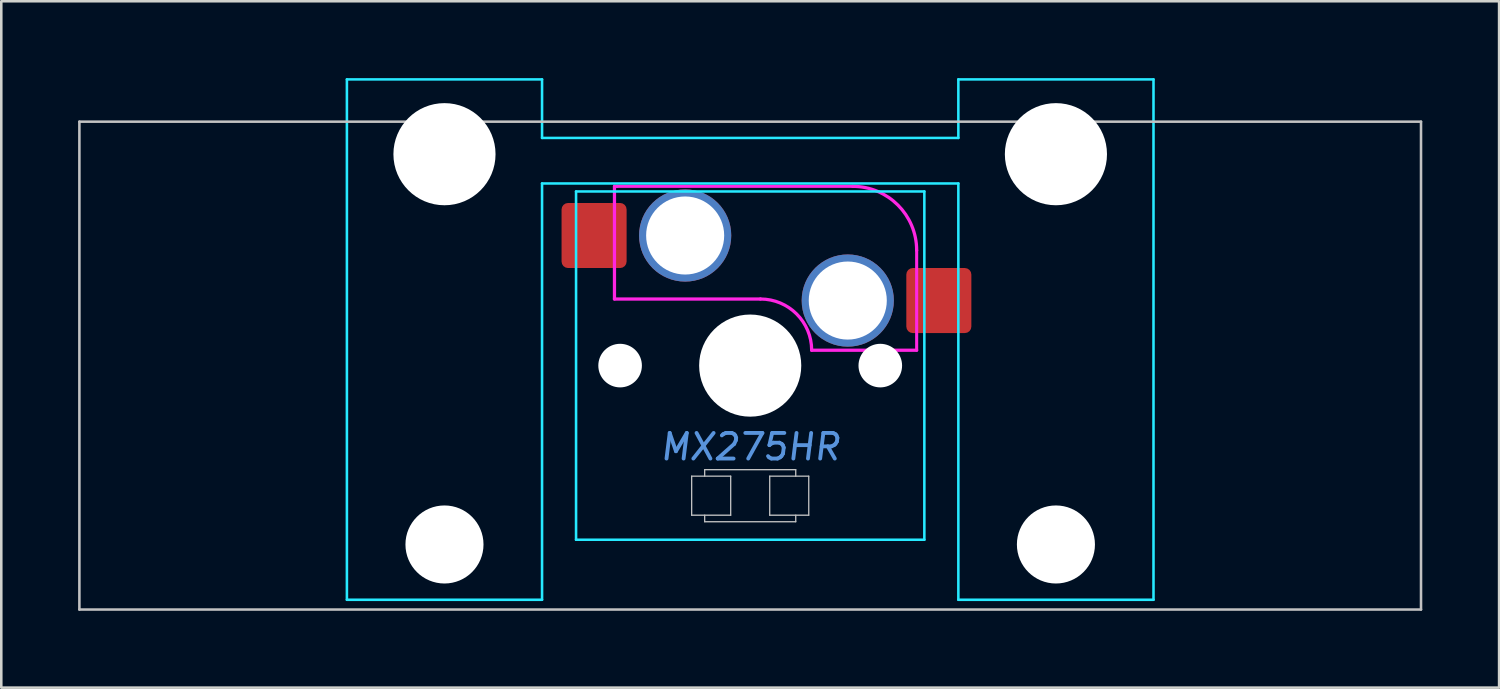
<source format=kicad_pcb>
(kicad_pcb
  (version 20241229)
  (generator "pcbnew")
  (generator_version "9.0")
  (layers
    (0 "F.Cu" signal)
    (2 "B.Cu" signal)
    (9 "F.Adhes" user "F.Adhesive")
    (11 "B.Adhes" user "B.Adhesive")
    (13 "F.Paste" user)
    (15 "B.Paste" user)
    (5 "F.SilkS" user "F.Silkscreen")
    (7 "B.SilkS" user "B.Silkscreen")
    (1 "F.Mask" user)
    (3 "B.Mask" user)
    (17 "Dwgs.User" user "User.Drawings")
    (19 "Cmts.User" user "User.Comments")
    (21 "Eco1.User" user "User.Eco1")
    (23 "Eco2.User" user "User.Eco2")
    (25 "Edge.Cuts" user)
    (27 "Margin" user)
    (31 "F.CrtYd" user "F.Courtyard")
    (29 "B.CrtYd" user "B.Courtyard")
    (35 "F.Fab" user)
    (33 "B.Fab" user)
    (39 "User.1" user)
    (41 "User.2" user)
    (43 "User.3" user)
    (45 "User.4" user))
  (footprint "MX275HR"
    (layer "F.Cu")
    (at 26.244 11.226)
    (property "Reference" "MX275HR" (at 0 3.175 0) (layer "Cmts.User") (effects (font (size 1 1) (thickness 0.15) (italic yes))))
    (attr smd)
    (fp_line (start -26.194 -9.525) (end -26.194 9.525) (stroke (width 0.1) (type solid)) (layer "Dwgs.User"))
    (fp_line (start -26.194 -9.525) (end 26.194 -9.525) (stroke (width 0.1) (type solid)) (layer "Dwgs.User"))
    (fp_line (start -26.194 9.525) (end 26.194 9.525) (stroke (width 0.1) (type solid)) (layer "Dwgs.User"))
    (fp_line (start -2.286 4.318) (end -0.762 4.318) (stroke (width 0.051) (type solid)) (layer "Dwgs.User"))
    (fp_line (start -2.286 5.842) (end -2.286 4.318) (stroke (width 0.051) (type solid)) (layer "Dwgs.User"))
    (fp_line (start -1.778 4.064) (end 1.778 4.064) (stroke (width 0.051) (type solid)) (layer "Dwgs.User"))
    (fp_line (start -1.778 4.318) (end -1.778 4.064) (stroke (width 0.051) (type solid)) (layer "Dwgs.User"))
    (fp_line (start -1.778 6.096) (end -1.778 5.842) (stroke (width 0.051) (type solid)) (layer "Dwgs.User"))
    (fp_line (start -0.762 4.318) (end -0.762 5.842) (stroke (width 0.051) (type solid)) (layer "Dwgs.User"))
    (fp_line (start -0.762 5.842) (end -2.286 5.842) (stroke (width 0.051) (type solid)) (layer "Dwgs.User"))
    (fp_line (start 0.762 4.318) (end 2.286 4.318) (stroke (width 0.051) (type solid)) (layer "Dwgs.User"))
    (fp_line (start 0.762 5.842) (end 0.762 4.318) (stroke (width 0.051) (type solid)) (layer "Dwgs.User"))
    (fp_line (start 1.778 4.064) (end 1.778 4.318) (stroke (width 0.051) (type solid)) (layer "Dwgs.User"))
    (fp_line (start 1.778 5.842) (end 1.778 6.096) (stroke (width 0.051) (type solid)) (layer "Dwgs.User"))
    (fp_line (start 1.778 6.096) (end -1.778 6.096) (stroke (width 0.051) (type solid)) (layer "Dwgs.User"))
    (fp_line (start 2.286 4.318) (end 2.286 5.842) (stroke (width 0.051) (type solid)) (layer "Dwgs.User"))
    (fp_line (start 2.286 5.842) (end 0.762 5.842) (stroke (width 0.051) (type solid)) (layer "Dwgs.User"))
    (fp_line (start 26.194 -9.525) (end 26.194 9.525) (stroke (width 0.1) (type solid)) (layer "Dwgs.User"))
    (fp_line (start -15.438 -8.515) (end -15.438 5.485) (stroke (width 0.1) (type solid)) (layer "Eco1.User"))
    (fp_line (start -14.938 -9.015) (end -8.938 -9.015) (stroke (width 0.1) (type solid)) (layer "Eco1.User"))
    (fp_line (start -8.938 5.985) (end -14.938 5.985) (stroke (width 0.1) (type solid)) (layer "Eco1.User"))
    (fp_line (start -8.438 5.485) (end -8.438 -8.515) (stroke (width 0.1) (type solid)) (layer "Eco1.User"))
    (fp_line (start -7 -6.5) (end -7 6.5) (stroke (width 0.1) (type solid)) (layer "Eco1.User"))
    (fp_line (start -6.5 7) (end 6.5 7) (stroke (width 0.1) (type solid)) (layer "Eco1.User"))
    (fp_line (start 6.5 -7) (end -6.5 -7) (stroke (width 0.1) (type solid)) (layer "Eco1.User"))
    (fp_line (start 7 6.5) (end 7 -6.5) (stroke (width 0.1) (type solid)) (layer "Eco1.User"))
    (fp_line (start 8.438 -8.515) (end 8.438 5.485) (stroke (width 0.1) (type solid)) (layer "Eco1.User"))
    (fp_line (start 8.938 -9.015) (end 14.938 -9.015) (stroke (width 0.1) (type solid)) (layer "Eco1.User"))
    (fp_line (start 14.938 5.985) (end 8.938 5.985) (stroke (width 0.1) (type solid)) (layer "Eco1.User"))
    (fp_line (start 15.438 5.485) (end 15.438 -8.515) (stroke (width 0.1) (type solid)) (layer "Eco1.User"))
    (fp_arc (start -15.438 -8.515) (mid -15.291553 -8.868553) (end -14.938 -9.015) (stroke (width 0.1) (type solid)) (layer "Eco1.User"))
    (fp_arc (start -14.938 5.985) (mid -15.291553 5.838553) (end -15.438 5.485) (stroke (width 0.1) (type solid)) (layer "Eco1.User"))
    (fp_arc (start -8.938 -9.015) (mid -8.584447 -8.868553) (end -8.438 -8.515) (stroke (width 0.1) (type solid)) (layer "Eco1.User"))
    (fp_arc (start -8.438 5.485) (mid -8.584447 5.838553) (end -8.938 5.985) (stroke (width 0.1) (type solid)) (layer "Eco1.User"))
    (fp_arc (start -7 -6.5) (mid -6.853553 -6.853553) (end -6.5 -7) (stroke (width 0.1) (type solid)) (layer "Eco1.User"))
    (fp_arc (start -6.5 7) (mid -6.853553 6.853553) (end -7 6.5) (stroke (width 0.1) (type solid)) (layer "Eco1.User"))
    (fp_arc (start 6.5 -7) (mid 6.853553 -6.853553) (end 7 -6.5) (stroke (width 0.1) (type solid)) (layer "Eco1.User"))
    (fp_arc (start 7 6.5) (mid 6.853553 6.853553) (end 6.5 7) (stroke (width 0.1) (type solid)) (layer "Eco1.User"))
    (fp_arc (start 8.438 -8.515) (mid 8.584447 -8.868553) (end 8.938 -9.015) (stroke (width 0.1) (type solid)) (layer "Eco1.User"))
    (fp_arc (start 8.938 5.985) (mid 8.584447 5.838553) (end 8.438 5.485) (stroke (width 0.1) (type solid)) (layer "Eco1.User"))
    (fp_arc (start 14.938 -9.015) (mid 15.291553 -8.868553) (end 15.438 -8.515) (stroke (width 0.1) (type solid)) (layer "Eco1.User"))
    (fp_arc (start 15.438 5.485) (mid 15.291553 5.838553) (end 14.938 5.985) (stroke (width 0.1) (type solid)) (layer "Eco1.User"))
    (fp_line (start -15.748 -11.176) (end -15.748 9.144) (stroke (width 0.1) (type solid)) (layer "B.CrtYd"))
    (fp_line (start -15.748 -11.176) (end -8.128 -11.176) (stroke (width 0.1) (type solid)) (layer "B.CrtYd"))
    (fp_line (start -8.128 -8.89) (end -8.128 -11.176) (stroke (width 0.1) (type solid)) (layer "B.CrtYd"))
    (fp_line (start -8.128 -7.112) (end -8.128 9.142) (stroke (width 0.1) (type solid)) (layer "B.CrtYd"))
    (fp_line (start -8.128 9.144) (end -15.748 9.144) (stroke (width 0.1) (type solid)) (layer "B.CrtYd"))
    (fp_line (start -6.8 -6.8) (end -6.8 6.8) (stroke (width 0.1) (type solid)) (layer "B.CrtYd"))
    (fp_line (start 6.8 -6.8) (end -6.8 -6.8) (stroke (width 0.1) (type solid)) (layer "B.CrtYd"))
    (fp_line (start 6.8 -6.8) (end 6.8 6.8) (stroke (width 0.1) (type solid)) (layer "B.CrtYd"))
    (fp_line (start 6.8 6.8) (end -6.8 6.8) (stroke (width 0.1) (type solid)) (layer "B.CrtYd"))
    (fp_line (start 8.128 -8.89) (end -8.128 -8.89) (stroke (width 0.1) (type solid)) (layer "B.CrtYd"))
    (fp_line (start 8.128 -8.89) (end 8.128 -11.176) (stroke (width 0.1) (type solid)) (layer "B.CrtYd"))
    (fp_line (start 8.128 -7.112) (end -8.128 -7.112) (stroke (width 0.1) (type solid)) (layer "B.CrtYd"))
    (fp_line (start 8.128 -7.112) (end 8.128 9.144) (stroke (width 0.1) (type solid)) (layer "B.CrtYd"))
    (fp_line (start 8.128 9.144) (end 15.748 9.144) (stroke (width 0.1) (type solid)) (layer "B.CrtYd"))
    (fp_line (start 15.748 -11.176) (end 8.128 -11.176) (stroke (width 0.1) (type solid)) (layer "B.CrtYd"))
    (fp_line (start 15.748 9.144) (end 15.748 -11.176) (stroke (width 0.1) (type solid)) (layer "B.CrtYd"))
    (fp_line (start -5.3 -7) (end -5.3 -2.6) (stroke (width 0.127) (type solid)) (layer "F.CrtYd"))
    (fp_line (start -5.2 -7) (end -5.3 -7) (stroke (width 0.12) (type solid)) (layer "F.CrtYd"))
    (fp_line (start 0.4 -2.6) (end -5.3 -2.6) (stroke (width 0.127) (type solid)) (layer "F.CrtYd"))
    (fp_line (start 4 -7) (end -5.2 -7) (stroke (width 0.12) (type solid)) (layer "F.CrtYd"))
    (fp_line (start 6.5 -4.5) (end 6.5 -0.6) (stroke (width 0.12) (type solid)) (layer "F.CrtYd"))
    (fp_line (start 6.5 -0.6) (end 2.4 -0.6) (stroke (width 0.127) (type solid)) (layer "F.CrtYd"))
    (fp_arc (start 0.4 -2.6) (mid 1.814214 -2.014214) (end 2.4 -0.6) (stroke (width 0.127) (type solid)) (layer "F.CrtYd"))
    (fp_arc (start 4 -7) (mid 5.767767 -6.267767) (end 6.5 -4.5) (stroke (width 0.127) (type solid)) (layer "F.CrtYd"))
    (pad "" np_thru_hole circle (at -11.938 -8.255 180) (size 3.988 3.988) (drill 3.988) (layers "*.Cu" "*.Mask"))
    (pad "" np_thru_hole circle (at -11.938 6.985 180) (size 3.048 3.048) (drill 3.048) (layers "*.Cu" "*.Mask"))
    (pad "" np_thru_hole circle (at -5.08 0) (size 1.702 1.702) (drill 1.702) (layers "*.Cu" "*.Mask"))
    (pad "" thru_hole circle (at -2.54 -5.08) (size 3.6 3.6) (drill 3.048) (layers "*.Cu" "*.Mask"))
    (pad "" np_thru_hole circle (at 0 0) (size 3.988 3.988) (drill 3.988) (layers "*.Cu" "*.Mask"))
    (pad "" thru_hole circle (at 3.81 -2.54) (size 3.6 3.6) (drill 3.048) (layers "*.Cu" "*.Mask"))
    (pad "" np_thru_hole circle (at 5.08 0) (size 1.702 1.702) (drill 1.702) (layers "*.Cu" "*.Mask"))
    (pad "" np_thru_hole circle (at 11.938 -8.255 180) (size 3.988 3.988) (drill 3.988) (layers "*.Cu" "*.Mask"))
    (pad "" np_thru_hole circle (at 11.938 6.985 180) (size 3.048 3.048) (drill 3.048) (layers "*.Cu" "*.Mask"))
    (pad "1" smd roundrect (at -6.096 -5.08) (size 2.54 2.54) (layers "F.Cu" "F.Mask") (roundrect_rratio 0.1))
    (pad "2" smd roundrect (at 7.366 -2.54) (size 2.54 2.54) (layers "F.Cu" "F.Mask" "F.Paste") (roundrect_rratio 0.1)))
  (gr_rect
    (start -3 -3)
    (end 55.487 23.801)
    (stroke (width 0.1) (type default))
    (fill no)
    (layer "Edge.Cuts")))
</source>
